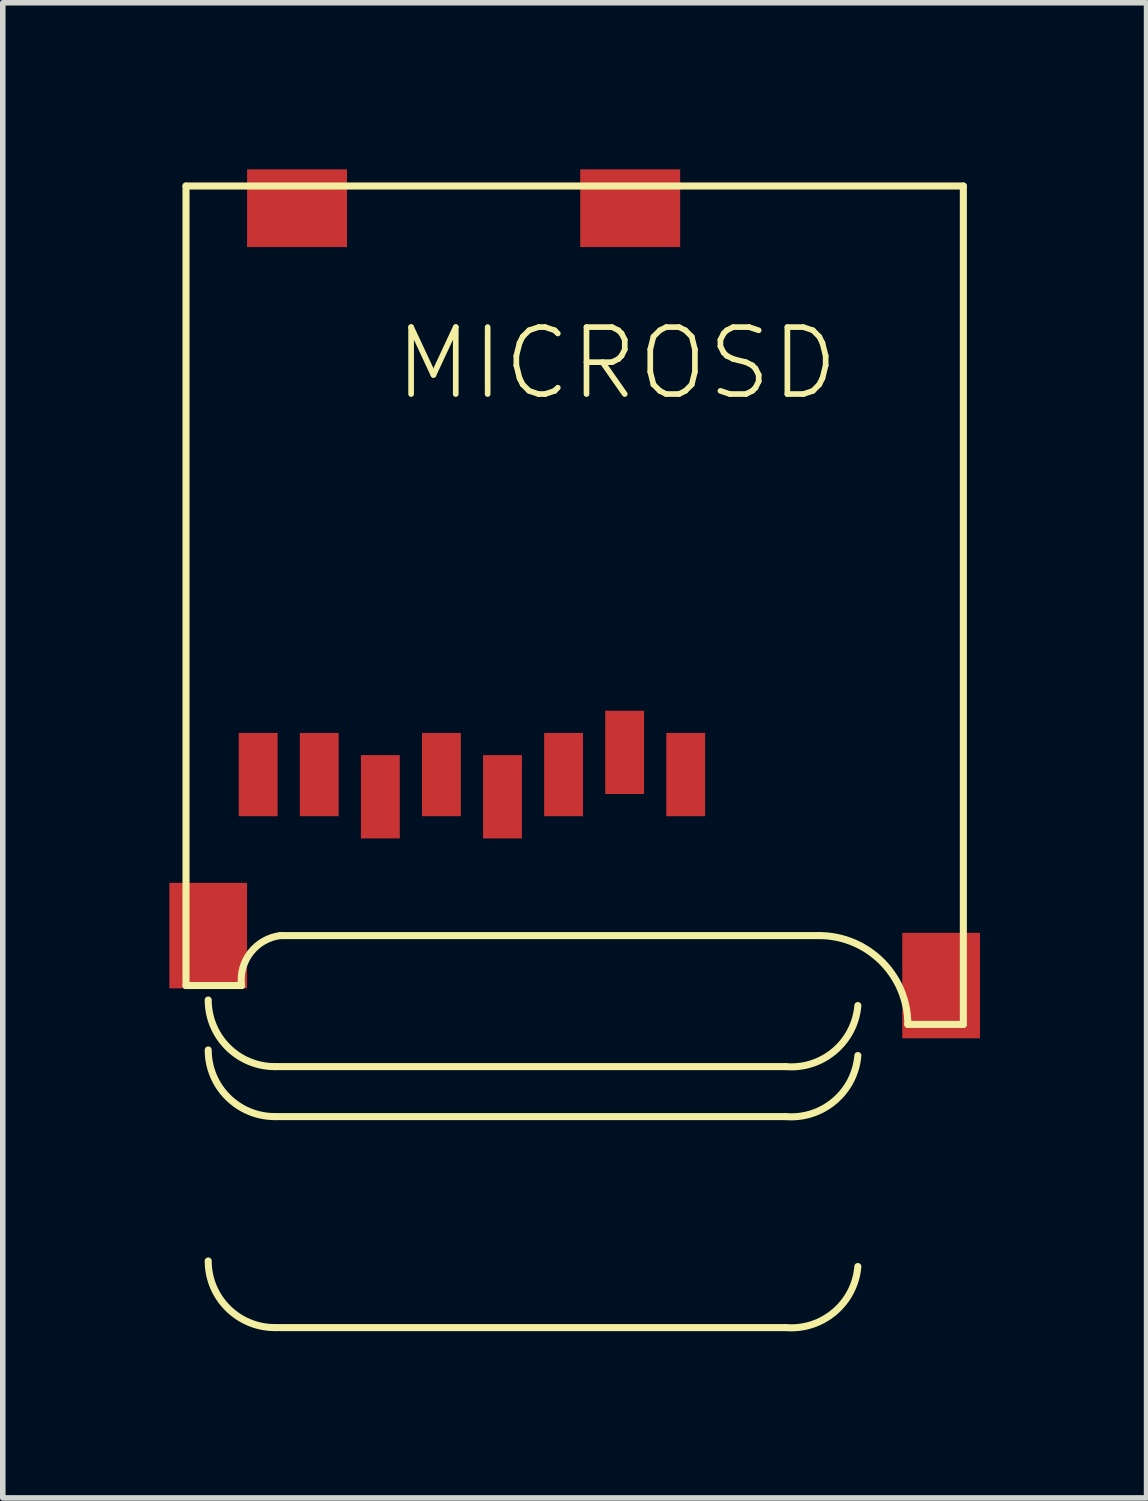
<source format=kicad_pcb>
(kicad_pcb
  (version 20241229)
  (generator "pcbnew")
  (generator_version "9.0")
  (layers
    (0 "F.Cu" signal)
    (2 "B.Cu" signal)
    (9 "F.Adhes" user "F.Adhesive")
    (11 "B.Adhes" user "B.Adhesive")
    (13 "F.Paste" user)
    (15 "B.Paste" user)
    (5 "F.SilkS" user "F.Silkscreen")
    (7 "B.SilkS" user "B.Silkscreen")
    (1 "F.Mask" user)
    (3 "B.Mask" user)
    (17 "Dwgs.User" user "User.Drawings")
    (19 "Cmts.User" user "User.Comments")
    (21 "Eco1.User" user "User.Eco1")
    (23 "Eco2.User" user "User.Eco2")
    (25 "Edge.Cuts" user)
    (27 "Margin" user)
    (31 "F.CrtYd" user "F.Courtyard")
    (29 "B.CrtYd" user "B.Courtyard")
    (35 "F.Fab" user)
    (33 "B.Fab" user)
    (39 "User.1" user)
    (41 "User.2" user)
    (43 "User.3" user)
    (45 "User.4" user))
  (footprint "MICROSD"
    (layer "F.Cu")
    (at 0.3 0.26)
    (property "Reference" "MICROSD" (at 3.7 3.94 0) (layer "F.SilkS") (effects (font (size 1.206 1.206) (thickness 0.102)) (justify left bottom)))
    (attr through_hole)
    (fp_line (start 0 0.04) (end 0 14.44) (stroke (width 0.127) (type solid)) (layer "F.SilkS"))
    (fp_line (start 0 14.44) (end 1 14.44) (stroke (width 0.127) (type solid)) (layer "F.SilkS"))
    (fp_line (start 1.6 15.9) (end 10.8 15.9) (stroke (width 0.127) (type solid)) (layer "F.SilkS"))
    (fp_line (start 1.6 16.8) (end 10.8 16.8) (stroke (width 0.127) (type solid)) (layer "F.SilkS"))
    (fp_line (start 1.6 20.6) (end 10.8 20.6) (stroke (width 0.127) (type solid)) (layer "F.SilkS"))
    (fp_line (start 1.7 13.54) (end 11.4 13.54) (stroke (width 0.127) (type solid)) (layer "F.SilkS"))
    (fp_line (start 13 15.14) (end 14 15.14) (stroke (width 0.127) (type solid)) (layer "F.SilkS"))
    (fp_line (start 14 0.04) (end 0 0.04) (stroke (width 0.127) (type solid)) (layer "F.SilkS"))
    (fp_line (start 14 15.14) (end 14 0.04) (stroke (width 0.127) (type solid)) (layer "F.SilkS"))
    (fp_arc (start 1 14.44) (mid 1.163604 13.845025) (end 1.7 13.54) (stroke (width 0.127) (type solid)) (layer "F.SilkS"))
    (fp_arc (start 1.6 15.9) (mid 0.751472 15.548528) (end 0.4 14.7) (stroke (width 0.127) (type solid)) (layer "F.SilkS"))
    (fp_arc (start 1.6 16.8) (mid 0.751472 16.448528) (end 0.4 15.6) (stroke (width 0.127) (type solid)) (layer "F.SilkS"))
    (fp_arc (start 1.6 20.6) (mid 0.751472 20.248528) (end 0.4 19.4) (stroke (width 0.127) (type solid)) (layer "F.SilkS"))
    (fp_arc (start 11.4 13.54) (mid 12.531371 14.008629) (end 13 15.14) (stroke (width 0.127) (type solid)) (layer "F.SilkS"))
    (fp_arc (start 12.1 14.8) (mid 11.677817 15.619239) (end 10.8 15.9) (stroke (width 0.127) (type solid)) (layer "F.SilkS"))
    (fp_arc (start 12.1 15.7) (mid 11.677817 16.519239) (end 10.8 16.8) (stroke (width 0.127) (type solid)) (layer "F.SilkS"))
    (fp_arc (start 12.1 19.5) (mid 11.677817 20.319239) (end 10.8 20.6) (stroke (width 0.127) (type solid)) (layer "F.SilkS"))
    (pad "1" smd rect (at 9 10.64) (size 0.7 1.5) (layers "F.Cu" "F.Mask" "F.Paste"))
    (pad "2" smd rect (at 7.9 10.24) (size 0.7 1.5) (layers "F.Cu" "F.Mask" "F.Paste"))
    (pad "3" smd rect (at 6.8 10.64) (size 0.7 1.5) (layers "F.Cu" "F.Mask" "F.Paste"))
    (pad "4" smd rect (at 5.7 11.04) (size 0.7 1.5) (layers "F.Cu" "F.Mask" "F.Paste"))
    (pad "5" smd rect (at 4.6 10.64) (size 0.7 1.5) (layers "F.Cu" "F.Mask" "F.Paste"))
    (pad "6" smd rect (at 3.5 11.04) (size 0.7 1.5) (layers "F.Cu" "F.Mask" "F.Paste"))
    (pad "7" smd rect (at 2.4 10.64) (size 0.7 1.5) (layers "F.Cu" "F.Mask" "F.Paste"))
    (pad "8" smd rect (at 1.3 10.64) (size 0.7 1.5) (layers "F.Cu" "F.Mask" "F.Paste"))
    (pad "9" smd rect (at 2 0.44 90) (size 1.4 1.8) (layers "F.Cu" "F.Mask" "F.Paste"))
    (pad "10" smd rect (at 8 0.44 90) (size 1.4 1.8) (layers "F.Cu" "F.Mask" "F.Paste"))
    (pad "11" smd rect (at 0.4 13.54) (size 1.4 1.9) (layers "F.Cu" "F.Mask" "F.Paste"))
    (pad "11" smd rect (at 13.6 14.44) (size 1.4 1.9) (layers "F.Cu" "F.Mask" "F.Paste")))
  (gr_rect
    (start -3 -3)
    (end 17.6 23.928)
    (stroke (width 0.1) (type default))
    (fill no)
    (layer "Edge.Cuts")))
</source>
